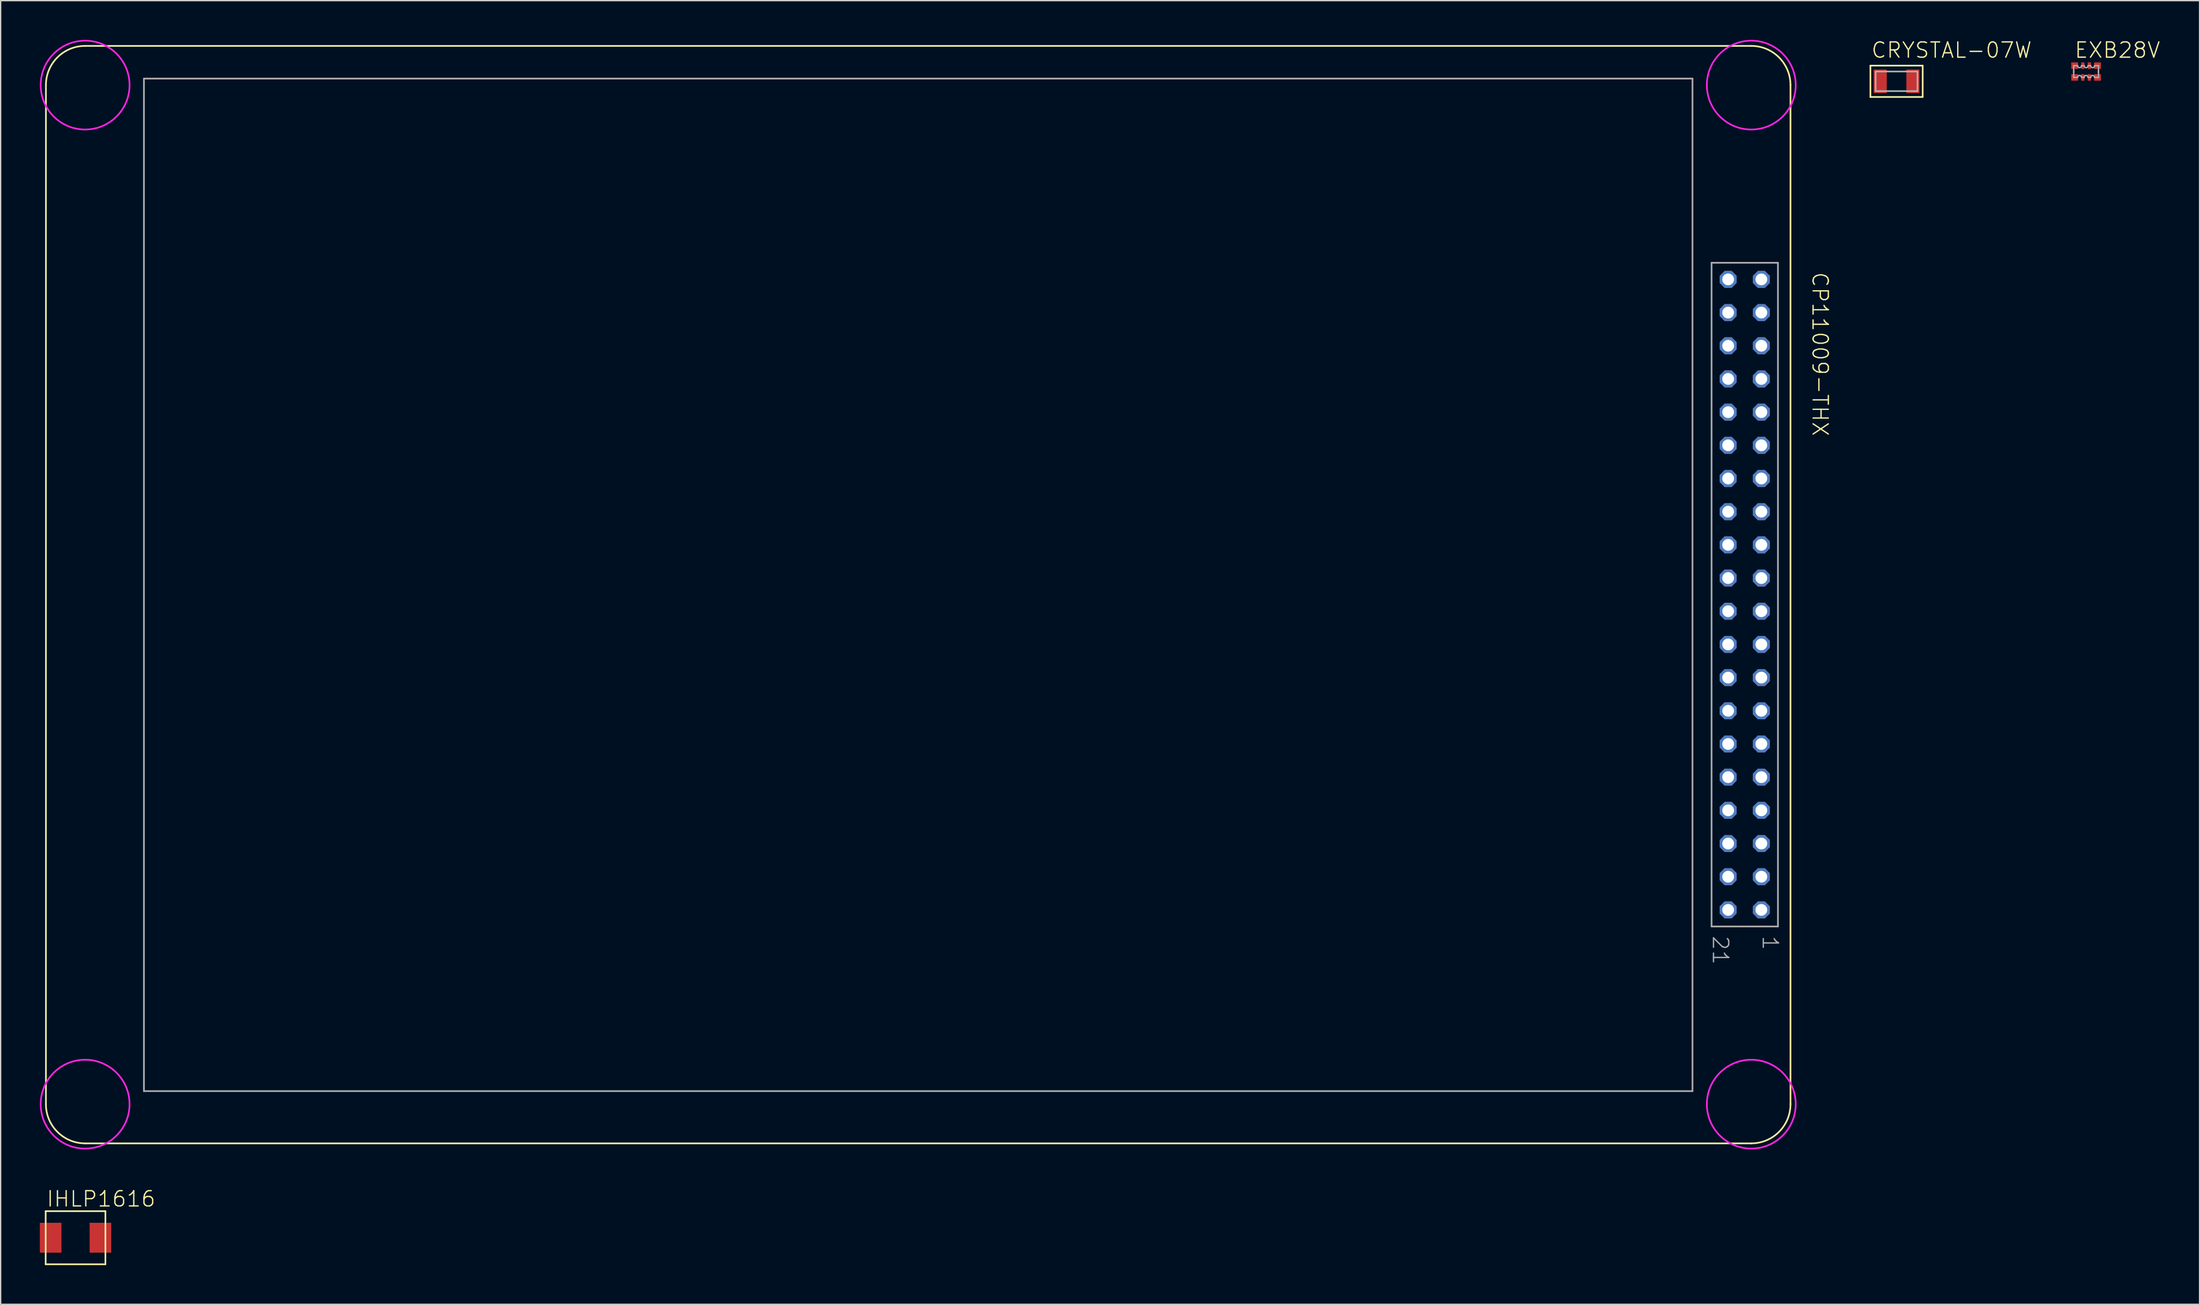
<source format=kicad_pcb>
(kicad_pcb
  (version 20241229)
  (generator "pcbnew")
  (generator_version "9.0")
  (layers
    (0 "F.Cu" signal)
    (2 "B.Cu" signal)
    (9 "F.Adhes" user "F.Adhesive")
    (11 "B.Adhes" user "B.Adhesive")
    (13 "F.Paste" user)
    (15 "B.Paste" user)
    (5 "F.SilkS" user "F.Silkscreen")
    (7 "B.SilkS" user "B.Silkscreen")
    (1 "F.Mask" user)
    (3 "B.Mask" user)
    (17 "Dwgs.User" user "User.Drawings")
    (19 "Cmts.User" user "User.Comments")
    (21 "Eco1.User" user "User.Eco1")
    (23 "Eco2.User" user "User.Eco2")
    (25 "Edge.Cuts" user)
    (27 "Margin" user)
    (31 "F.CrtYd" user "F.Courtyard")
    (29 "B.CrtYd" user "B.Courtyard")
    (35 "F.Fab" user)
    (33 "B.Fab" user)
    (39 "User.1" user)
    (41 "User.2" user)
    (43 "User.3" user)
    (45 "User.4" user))
  (footprint "CRYSTAL-07W"
    (layer "F.Cu")
    (at 142.08 3.173)
    (property "Reference" "CRYSTAL-07W" (at -2 -1.7 0) (unlocked yes) (layer "F.SilkS") (effects (font (size 1.168 1.168) (thickness 0.102)) (justify left bottom)))
    (fp_line (start -2 -1.2) (end 2 -1.2) (stroke (width 0.127) (type solid)) (layer "F.SilkS"))
    (fp_line (start -2 1.2) (end -2 -1.2) (stroke (width 0.127) (type solid)) (layer "F.SilkS"))
    (fp_line (start 2 -1.2) (end 2 1.2) (stroke (width 0.127) (type solid)) (layer "F.SilkS"))
    (fp_line (start 2 1.2) (end -2 1.2) (stroke (width 0.127) (type solid)) (layer "F.SilkS"))
    (fp_line (start -1.6 -0.75) (end 1.6 -0.75) (stroke (width 0.127) (type solid)) (layer "F.Fab"))
    (fp_line (start -1.6 0.75) (end -1.6 -0.75) (stroke (width 0.127) (type solid)) (layer "F.Fab"))
    (fp_line (start 1.6 -0.75) (end 1.6 0.75) (stroke (width 0.127) (type solid)) (layer "F.Fab"))
    (fp_line (start 1.6 0.75) (end -1.6 0.75) (stroke (width 0.127) (type solid)) (layer "F.Fab"))
    (pad "1" smd rect (at -1.25 0) (size 1 1.8) (layers "F.Cu" "F.Mask" "F.Paste"))
    (pad "2" smd rect (at 1.25 0) (size 1 1.8) (layers "F.Cu" "F.Mask" "F.Paste")))
  (footprint "IHLP1616"
    (layer "F.Cu")
    (at 2.731 91.686)
    (property "Reference" "IHLP1616" (at -2.286 -2.286 0) (unlocked yes) (layer "F.SilkS") (effects (font (size 1.168 1.168) (thickness 0.102)) (justify left bottom)))
    (fp_line (start -2.286 -2.032) (end 2.286 -2.032) (stroke (width 0.127) (type solid)) (layer "F.SilkS"))
    (fp_line (start -2.286 2.032) (end -2.286 -2.032) (stroke (width 0.127) (type solid)) (layer "F.SilkS"))
    (fp_line (start 2.286 -2.032) (end 2.286 2.032) (stroke (width 0.127) (type solid)) (layer "F.SilkS"))
    (fp_line (start 2.286 2.032) (end -2.286 2.032) (stroke (width 0.127) (type solid)) (layer "F.SilkS"))
    (pad "P$1" smd rect (at -1.905 0 90) (size 2.286 1.651) (layers "F.Cu" "F.Mask" "F.Paste"))
    (pad "P$2" smd rect (at 1.905 0 90) (size 2.286 1.651) (layers "F.Cu" "F.Mask" "F.Paste")))
  (footprint "CP11009-THX"
    (layer "F.Cu")
    (at 130.464 42.464)
    (property "Reference" "CP11009-THX" (at 5.08 -24.765 270) (unlocked yes) (layer "F.SilkS") (effects (font (size 1.168 1.168) (thickness 0.102)) (justify left bottom)))
    (fp_line (start -130 -39) (end -130 39) (stroke (width 0.127) (type solid)) (layer "F.SilkS"))
    (fp_line (start -127 -42) (end 0.5 -42) (stroke (width 0.127) (type solid)) (layer "F.SilkS"))
    (fp_line (start 0.5 42) (end -127 42) (stroke (width 0.127) (type solid)) (layer "F.SilkS"))
    (fp_line (start 3.5 -39) (end 3.5 39) (stroke (width 0.127) (type solid)) (layer "F.SilkS"))
    (fp_arc (start -130 -39) (mid -129.12132 -41.12132) (end -127 -42) (stroke (width 0.127) (type solid)) (layer "F.SilkS"))
    (fp_arc (start -127 42) (mid -129.12132 41.12132) (end -130 39) (stroke (width 0.127) (type solid)) (layer "F.SilkS"))
    (fp_arc (start 0.5 -42) (mid 2.62132 -41.12132) (end 3.499999 -38.999999) (stroke (width 0.127) (type solid)) (layer "F.SilkS"))
    (fp_arc (start 3.5 39) (mid 2.62132 41.121321) (end 0.499999 42.000001) (stroke (width 0.127) (type solid)) (layer "F.SilkS"))
    (fp_circle (center -127 -39) (end -123.6 -39) (stroke (width 0.127) (type solid)) (fill no) (layer "F.CrtYd"))
    (fp_circle (center -127 39) (end -123.6 39) (stroke (width 0.127) (type solid)) (fill no) (layer "F.CrtYd"))
    (fp_circle (center 0.5 -39) (end 3.9 -39) (stroke (width 0.127) (type solid)) (fill no) (layer "F.CrtYd"))
    (fp_circle (center 0.5 39) (end 3.9 39) (stroke (width 0.127) (type solid)) (fill no) (layer "F.CrtYd"))
    (fp_line (start -122.5 -39.5) (end -122.5 38) (stroke (width 0.127) (type solid)) (layer "F.Fab"))
    (fp_line (start -122.5 38) (end -4 38) (stroke (width 0.127) (type solid)) (layer "F.Fab"))
    (fp_line (start -4 -39.5) (end -122.5 -39.5) (stroke (width 0.127) (type solid)) (layer "F.Fab"))
    (fp_line (start -4 38) (end -4 -39.5) (stroke (width 0.127) (type solid)) (layer "F.Fab"))
    (fp_line (start -2.54 -25.4) (end 2.54 -25.4) (stroke (width 0.127) (type solid)) (layer "F.Fab"))
    (fp_line (start -2.54 25.4) (end -2.54 -25.4) (stroke (width 0.127) (type solid)) (layer "F.Fab"))
    (fp_line (start 2.54 -25.4) (end 2.54 25.4) (stroke (width 0.127) (type solid)) (layer "F.Fab"))
    (fp_line (start 2.54 25.4) (end -2.54 25.4) (stroke (width 0.127) (type solid)) (layer "F.Fab"))
    (fp_text user "21" (at -2.54 26.035 270) (unlocked yes) (layer "F.Fab") (effects (font (size 1.168 1.168) (thickness 0.102)) (justify left bottom)))
    (fp_text user "1" (at 1.27 26.035 270) (unlocked yes) (layer "F.Fab") (effects (font (size 1.168 1.168) (thickness 0.102)) (justify left bottom)))
    (pad "1" thru_hole roundrect (at 1.27 24.13) (size 1.3 1.3) (drill 0.9) (layers "*.Cu" "*.Mask") (roundrect_rratio 0.25) (chamfer_ratio 0.293) (chamfer top_left top_right bottom_left bottom_right))
    (pad "2" thru_hole roundrect (at 1.27 21.59) (size 1.3 1.3) (drill 0.9) (layers "*.Cu" "*.Mask") (roundrect_rratio 0.25) (chamfer_ratio 0.293) (chamfer top_left top_right bottom_left bottom_right))
    (pad "3" thru_hole roundrect (at 1.27 19.05) (size 1.3 1.3) (drill 0.9) (layers "*.Cu" "*.Mask") (roundrect_rratio 0.25) (chamfer_ratio 0.293) (chamfer top_left top_right bottom_left bottom_right))
    (pad "4" thru_hole roundrect (at 1.27 16.51) (size 1.3 1.3) (drill 0.9) (layers "*.Cu" "*.Mask") (roundrect_rratio 0.25) (chamfer_ratio 0.293) (chamfer top_left top_right bottom_left bottom_right))
    (pad "5" thru_hole roundrect (at 1.27 13.97) (size 1.3 1.3) (drill 0.9) (layers "*.Cu" "*.Mask") (roundrect_rratio 0.25) (chamfer_ratio 0.293) (chamfer top_left top_right bottom_left bottom_right))
    (pad "6" thru_hole roundrect (at 1.27 11.43) (size 1.3 1.3) (drill 0.9) (layers "*.Cu" "*.Mask") (roundrect_rratio 0.25) (chamfer_ratio 0.293) (chamfer top_left top_right bottom_left bottom_right))
    (pad "7" thru_hole roundrect (at 1.27 8.89) (size 1.3 1.3) (drill 0.9) (layers "*.Cu" "*.Mask") (roundrect_rratio 0.25) (chamfer_ratio 0.293) (chamfer top_left top_right bottom_left bottom_right))
    (pad "8" thru_hole roundrect (at 1.27 6.35) (size 1.3 1.3) (drill 0.9) (layers "*.Cu" "*.Mask") (roundrect_rratio 0.25) (chamfer_ratio 0.293) (chamfer top_left top_right bottom_left bottom_right))
    (pad "9" thru_hole roundrect (at 1.27 3.81) (size 1.3 1.3) (drill 0.9) (layers "*.Cu" "*.Mask") (roundrect_rratio 0.25) (chamfer_ratio 0.293) (chamfer top_left top_right bottom_left bottom_right))
    (pad "10" thru_hole roundrect (at 1.27 1.27) (size 1.3 1.3) (drill 0.9) (layers "*.Cu" "*.Mask") (roundrect_rratio 0.25) (chamfer_ratio 0.293) (chamfer top_left top_right bottom_left bottom_right))
    (pad "11" thru_hole roundrect (at 1.27 -1.27) (size 1.3 1.3) (drill 0.9) (layers "*.Cu" "*.Mask") (roundrect_rratio 0.25) (chamfer_ratio 0.293) (chamfer top_left top_right bottom_left bottom_right))
    (pad "12" thru_hole roundrect (at 1.27 -3.81) (size 1.3 1.3) (drill 0.9) (layers "*.Cu" "*.Mask") (roundrect_rratio 0.25) (chamfer_ratio 0.293) (chamfer top_left top_right bottom_left bottom_right))
    (pad "13" thru_hole roundrect (at 1.27 -6.35) (size 1.3 1.3) (drill 0.9) (layers "*.Cu" "*.Mask") (roundrect_rratio 0.25) (chamfer_ratio 0.293) (chamfer top_left top_right bottom_left bottom_right))
    (pad "14" thru_hole roundrect (at 1.27 -8.89) (size 1.3 1.3) (drill 0.9) (layers "*.Cu" "*.Mask") (roundrect_rratio 0.25) (chamfer_ratio 0.293) (chamfer top_left top_right bottom_left bottom_right))
    (pad "15" thru_hole roundrect (at 1.27 -11.43) (size 1.3 1.3) (drill 0.9) (layers "*.Cu" "*.Mask") (roundrect_rratio 0.25) (chamfer_ratio 0.293) (chamfer top_left top_right bottom_left bottom_right))
    (pad "16" thru_hole roundrect (at 1.27 -13.97) (size 1.3 1.3) (drill 0.9) (layers "*.Cu" "*.Mask") (roundrect_rratio 0.25) (chamfer_ratio 0.293) (chamfer top_left top_right bottom_left bottom_right))
    (pad "17" thru_hole roundrect (at 1.27 -16.51) (size 1.3 1.3) (drill 0.9) (layers "*.Cu" "*.Mask") (roundrect_rratio 0.25) (chamfer_ratio 0.293) (chamfer top_left top_right bottom_left bottom_right))
    (pad "18" thru_hole roundrect (at 1.27 -19.05) (size 1.3 1.3) (drill 0.9) (layers "*.Cu" "*.Mask") (roundrect_rratio 0.25) (chamfer_ratio 0.293) (chamfer top_left top_right bottom_left bottom_right))
    (pad "19" thru_hole roundrect (at 1.27 -21.59) (size 1.3 1.3) (drill 0.9) (layers "*.Cu" "*.Mask") (roundrect_rratio 0.25) (chamfer_ratio 0.293) (chamfer top_left top_right bottom_left bottom_right))
    (pad "20" thru_hole roundrect (at 1.27 -24.13) (size 1.3 1.3) (drill 0.9) (layers "*.Cu" "*.Mask") (roundrect_rratio 0.25) (chamfer_ratio 0.293) (chamfer top_left top_right bottom_left bottom_right))
    (pad "21" thru_hole roundrect (at -1.27 24.13) (size 1.3 1.3) (drill 0.9) (layers "*.Cu" "*.Mask") (roundrect_rratio 0.25) (chamfer_ratio 0.293) (chamfer top_left top_right bottom_left bottom_right))
    (pad "22" thru_hole roundrect (at -1.27 21.59) (size 1.3 1.3) (drill 0.9) (layers "*.Cu" "*.Mask") (roundrect_rratio 0.25) (chamfer_ratio 0.293) (chamfer top_left top_right bottom_left bottom_right))
    (pad "23" thru_hole roundrect (at -1.27 19.05) (size 1.3 1.3) (drill 0.9) (layers "*.Cu" "*.Mask") (roundrect_rratio 0.25) (chamfer_ratio 0.293) (chamfer top_left top_right bottom_left bottom_right))
    (pad "24" thru_hole roundrect (at -1.27 16.51) (size 1.3 1.3) (drill 0.9) (layers "*.Cu" "*.Mask") (roundrect_rratio 0.25) (chamfer_ratio 0.293) (chamfer top_left top_right bottom_left bottom_right))
    (pad "25" thru_hole roundrect (at -1.27 13.97) (size 1.3 1.3) (drill 0.9) (layers "*.Cu" "*.Mask") (roundrect_rratio 0.25) (chamfer_ratio 0.293) (chamfer top_left top_right bottom_left bottom_right))
    (pad "26" thru_hole roundrect (at -1.27 11.43) (size 1.3 1.3) (drill 0.9) (layers "*.Cu" "*.Mask") (roundrect_rratio 0.25) (chamfer_ratio 0.293) (chamfer top_left top_right bottom_left bottom_right))
    (pad "27" thru_hole roundrect (at -1.27 8.89) (size 1.3 1.3) (drill 0.9) (layers "*.Cu" "*.Mask") (roundrect_rratio 0.25) (chamfer_ratio 0.293) (chamfer top_left top_right bottom_left bottom_right))
    (pad "28" thru_hole roundrect (at -1.27 6.35) (size 1.3 1.3) (drill 0.9) (layers "*.Cu" "*.Mask") (roundrect_rratio 0.25) (chamfer_ratio 0.293) (chamfer top_left top_right bottom_left bottom_right))
    (pad "29" thru_hole roundrect (at -1.27 3.81) (size 1.3 1.3) (drill 0.9) (layers "*.Cu" "*.Mask") (roundrect_rratio 0.25) (chamfer_ratio 0.293) (chamfer top_left top_right bottom_left bottom_right))
    (pad "30" thru_hole roundrect (at -1.27 1.27) (size 1.3 1.3) (drill 0.9) (layers "*.Cu" "*.Mask") (roundrect_rratio 0.25) (chamfer_ratio 0.293) (chamfer top_left top_right bottom_left bottom_right))
    (pad "31" thru_hole roundrect (at -1.27 -1.27) (size 1.3 1.3) (drill 0.9) (layers "*.Cu" "*.Mask") (roundrect_rratio 0.25) (chamfer_ratio 0.293) (chamfer top_left top_right bottom_left bottom_right))
    (pad "32" thru_hole roundrect (at -1.27 -3.81) (size 1.3 1.3) (drill 0.9) (layers "*.Cu" "*.Mask") (roundrect_rratio 0.25) (chamfer_ratio 0.293) (chamfer top_left top_right bottom_left bottom_right))
    (pad "33" thru_hole roundrect (at -1.27 -6.35) (size 1.3 1.3) (drill 0.9) (layers "*.Cu" "*.Mask") (roundrect_rratio 0.25) (chamfer_ratio 0.293) (chamfer top_left top_right bottom_left bottom_right))
    (pad "34" thru_hole roundrect (at -1.27 -8.89) (size 1.3 1.3) (drill 0.9) (layers "*.Cu" "*.Mask") (roundrect_rratio 0.25) (chamfer_ratio 0.293) (chamfer top_left top_right bottom_left bottom_right))
    (pad "35" thru_hole roundrect (at -1.27 -11.43) (size 1.3 1.3) (drill 0.9) (layers "*.Cu" "*.Mask") (roundrect_rratio 0.25) (chamfer_ratio 0.293) (chamfer top_left top_right bottom_left bottom_right))
    (pad "36" thru_hole roundrect (at -1.27 -13.97) (size 1.3 1.3) (drill 0.9) (layers "*.Cu" "*.Mask") (roundrect_rratio 0.25) (chamfer_ratio 0.293) (chamfer top_left top_right bottom_left bottom_right))
    (pad "37" thru_hole roundrect (at -1.27 -16.51) (size 1.3 1.3) (drill 0.9) (layers "*.Cu" "*.Mask") (roundrect_rratio 0.25) (chamfer_ratio 0.293) (chamfer top_left top_right bottom_left bottom_right))
    (pad "38" thru_hole roundrect (at -1.27 -19.05) (size 1.3 1.3) (drill 0.9) (layers "*.Cu" "*.Mask") (roundrect_rratio 0.25) (chamfer_ratio 0.293) (chamfer top_left top_right bottom_left bottom_right))
    (pad "39" thru_hole roundrect (at -1.27 -21.59) (size 1.3 1.3) (drill 0.9) (layers "*.Cu" "*.Mask") (roundrect_rratio 0.25) (chamfer_ratio 0.293) (chamfer top_left top_right bottom_left bottom_right))
    (pad "40" thru_hole roundrect (at -1.27 -24.13) (size 1.3 1.3) (drill 0.9) (layers "*.Cu" "*.Mask") (roundrect_rratio 0.25) (chamfer_ratio 0.293) (chamfer top_left top_right bottom_left bottom_right)))
  (footprint "EXB28V"
    (layer "F.Cu")
    (at 156.585 2.426)
    (property "Reference" "EXB28V" (at -0.953 -0.953 0) (unlocked yes) (layer "F.SilkS") (effects (font (size 1.168 1.168) (thickness 0.102)) (justify left bottom)))
    (fp_line (start -0.95 0.1) (end -0.95 -0.1) (stroke (width 0.102) (type solid)) (layer "F.SilkS"))
    (fp_line (start 0.95 -0.1) (end 0.95 0.1) (stroke (width 0.102) (type solid)) (layer "F.SilkS"))
    (fp_line (start -0.95 -0.45) (end -0.65 -0.45) (stroke (width 0.102) (type solid)) (layer "F.Fab"))
    (fp_line (start -0.95 0.45) (end -0.95 -0.45) (stroke (width 0.102) (type solid)) (layer "F.Fab"))
    (fp_line (start -0.65 0.45) (end -0.95 0.45) (stroke (width 0.102) (type solid)) (layer "F.Fab"))
    (fp_line (start -0.35 -0.45) (end -0.15 -0.45) (stroke (width 0.102) (type solid)) (layer "F.Fab"))
    (fp_line (start -0.15 0.45) (end -0.35 0.45) (stroke (width 0.102) (type solid)) (layer "F.Fab"))
    (fp_line (start 0.15 -0.45) (end 0.35 -0.45) (stroke (width 0.102) (type solid)) (layer "F.Fab"))
    (fp_line (start 0.35 0.45) (end 0.15 0.45) (stroke (width 0.102) (type solid)) (layer "F.Fab"))
    (fp_line (start 0.65 -0.45) (end 0.95 -0.45) (stroke (width 0.102) (type solid)) (layer "F.Fab"))
    (fp_line (start 0.95 -0.45) (end 0.95 0.45) (stroke (width 0.102) (type solid)) (layer "F.Fab"))
    (fp_line (start 0.95 0.45) (end 0.65 0.45) (stroke (width 0.102) (type solid)) (layer "F.Fab"))
    (fp_arc (start -0.65 0.45) (mid -0.606066 0.343934) (end -0.5 0.3) (stroke (width 0.1016) (type solid)) (layer "F.Fab"))
    (fp_arc (start -0.5 -0.3) (mid -0.606066 -0.343934) (end -0.65 -0.45) (stroke (width 0.1016) (type solid)) (layer "F.Fab"))
    (fp_arc (start -0.5 0.3) (mid -0.393934 0.343934) (end -0.35 0.45) (stroke (width 0.1016) (type solid)) (layer "F.Fab"))
    (fp_arc (start -0.35 -0.45) (mid -0.393934 -0.343934) (end -0.5 -0.3) (stroke (width 0.1016) (type solid)) (layer "F.Fab"))
    (fp_arc (start -0.15 0.45) (mid -0.106066 0.343934) (end 0 0.3) (stroke (width 0.1016) (type solid)) (layer "F.Fab"))
    (fp_arc (start 0 -0.3) (mid -0.106066 -0.343934) (end -0.15 -0.45) (stroke (width 0.1016) (type solid)) (layer "F.Fab"))
    (fp_arc (start 0 0.3) (mid 0.106066 0.343934) (end 0.15 0.45) (stroke (width 0.1016) (type solid)) (layer "F.Fab"))
    (fp_arc (start 0.15 -0.45) (mid 0.106066 -0.343934) (end 0 -0.3) (stroke (width 0.1016) (type solid)) (layer "F.Fab"))
    (fp_arc (start 0.35 0.45) (mid 0.393934 0.343934) (end 0.5 0.3) (stroke (width 0.1016) (type solid)) (layer "F.Fab"))
    (fp_arc (start 0.5 -0.3) (mid 0.393934 -0.343934) (end 0.35 -0.45) (stroke (width 0.1016) (type solid)) (layer "F.Fab"))
    (fp_arc (start 0.5 0.3) (mid 0.606066 0.343934) (end 0.65 0.45) (stroke (width 0.1016) (type solid)) (layer "F.Fab"))
    (fp_arc (start 0.65 -0.45) (mid 0.606066 -0.343934) (end 0.5 -0.3) (stroke (width 0.1016) (type solid)) (layer "F.Fab"))
    (pad "1" smd rect (at -0.875 0.45) (size 0.525 0.5) (layers "F.Cu" "F.Mask" "F.Paste"))
    (pad "2" smd rect (at -0.25 0.45) (size 0.25 0.5) (layers "F.Cu" "F.Mask" "F.Paste"))
    (pad "3" smd rect (at 0.25 0.45) (size 0.25 0.5) (layers "F.Cu" "F.Mask" "F.Paste"))
    (pad "4" smd rect (at 0.875 0.45) (size 0.525 0.5) (layers "F.Cu" "F.Mask" "F.Paste"))
    (pad "5" smd rect (at 0.875 -0.45 180) (size 0.525 0.5) (layers "F.Cu" "F.Mask" "F.Paste"))
    (pad "6" smd rect (at 0.25 -0.45 180) (size 0.25 0.5) (layers "F.Cu" "F.Mask" "F.Paste"))
    (pad "7" smd rect (at -0.25 -0.45 180) (size 0.25 0.5) (layers "F.Cu" "F.Mask" "F.Paste"))
    (pad "8" smd rect (at -0.875 -0.45 180) (size 0.525 0.5) (layers "F.Cu" "F.Mask" "F.Paste")))
  (gr_rect
    (start -3 -3)
    (end 165.269 96.782)
    (stroke (width 0.1) (type default))
    (fill no)
    (layer "Edge.Cuts")))
</source>
